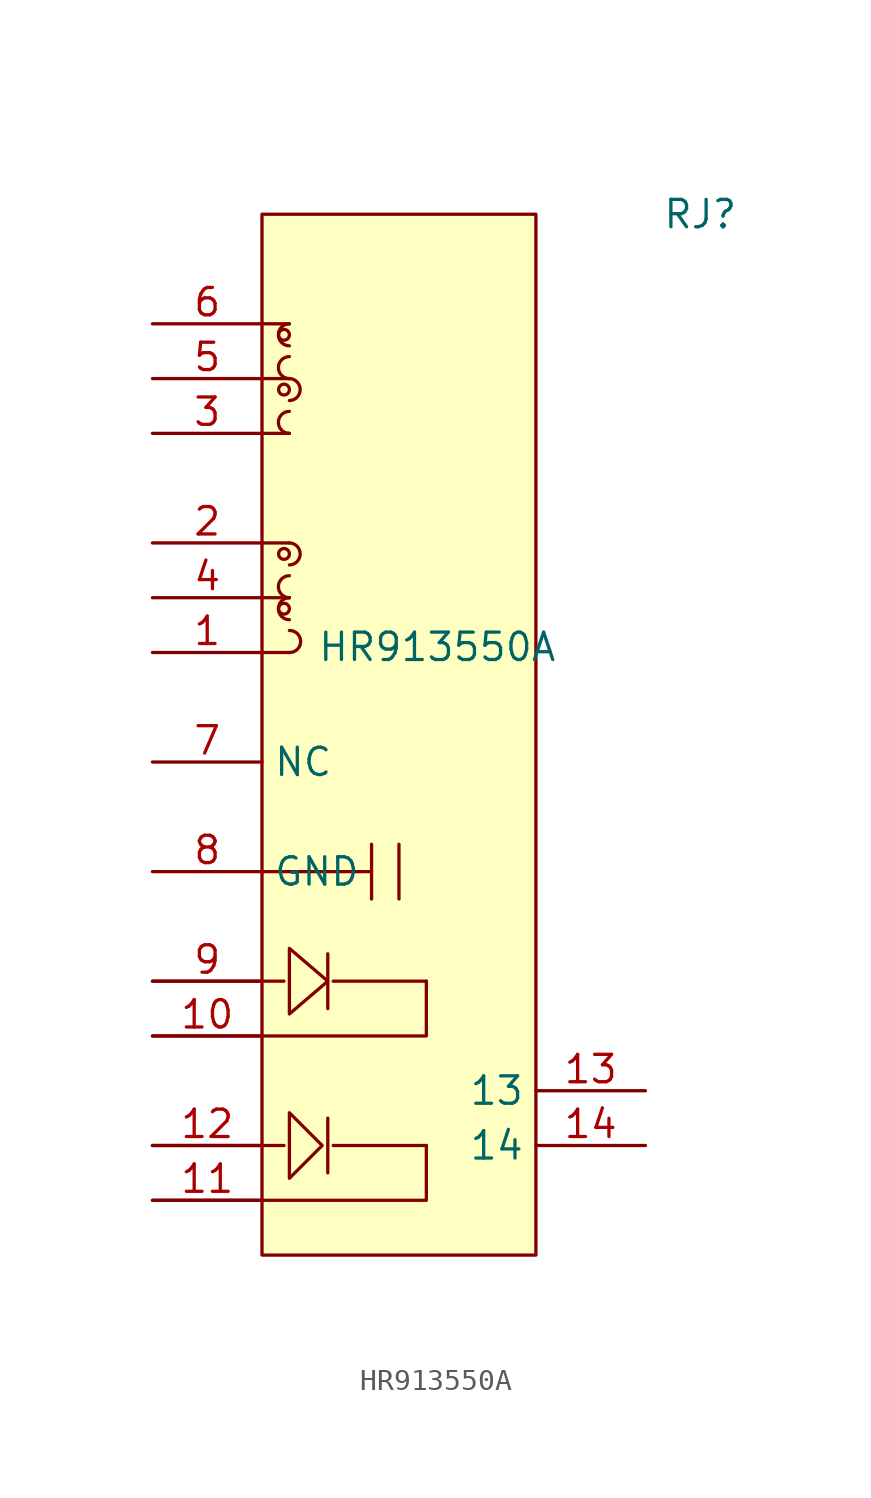
<source format=kicad_sym>
(kicad_symbol_lib
  (version 20241209)
  (generator "kicad_symbol_editor")
  (generator_version "9.0")
  (symbol "HR913550A"
    (property "Reference" "RJ"
      (at 0 24.13 0)
      (effects (font (size 1.27 1.27))))
    (property "Value" "HR913550A"
      (at -12.192 4.064 0)
      (effects (font (size 1.27 1.27))))
    (symbol "HR913550A_0_1"
      (rectangle (start -20.32 24.13) (end -7.62 -24.13) (stroke (width 0) (type default)) (fill (type background)))
      (polyline (pts (xy -20.32 16.51) (xy -19.05 16.51)) (stroke (width 0) (type default)) (fill (type none)))
      (polyline (pts (xy -20.32 6.35) (xy -19.05 6.35)) (stroke (width 0) (type default)) (fill (type none)))
      (circle (center -19.3 18.54) (radius 0.25) (stroke (width 0) (type default)) (fill (type none)))
      (circle (center -19.3 16) (radius 0.25) (stroke (width 0) (type default)) (fill (type none)))
      (circle (center -19.3 8.38) (radius 0.25) (stroke (width 0) (type default)) (fill (type none)))
      (circle (center -19.3 5.84) (radius 0.25) (stroke (width 0) (type default)) (fill (type none)))
      (polyline (pts (xy -19.3 -11.43) (xy -25.4 -11.43)) (stroke (width 0) (type default)) (fill (type none)))
      (polyline (pts (xy -19.3 -19.05) (xy -25.4 -19.05)) (stroke (width 0) (type default)) (fill (type none)))
      (arc (start -19.05 16.51) (mid -18.5495 16) (end -19.05 15.49) (stroke (width 0) (type default)) (fill (type none)))
      (arc (start -19.05 8.89) (mid -18.5495 8.38) (end -19.05 7.87) (stroke (width 0) (type default)) (fill (type none)))
      (polyline (pts (xy -19.05 19.05) (xy -20.32 19.05)) (stroke (width 0) (type default)) (fill (type none)))
      (polyline (pts (xy -19.05 13.97) (xy -20.32 13.97)) (stroke (width 0) (type default)) (fill (type none)))
      (polyline (pts (xy -19.05 8.89) (xy -20.32 8.89)) (stroke (width 0) (type default)) (fill (type none)))
      (polyline (pts (xy -19.05 3.81) (xy -20.32 3.81)) (stroke (width 0) (type default)) (fill (type none)))
      (polyline (pts (xy -19.05 -9.91) (xy -19.05 -12.95) (xy -17.27 -11.43) (xy -19.05 -9.91)) (stroke (width 0) (type default)) (fill (type background)))
      (polyline (pts (xy -19.05 -17.53) (xy -19.05 -20.57) (xy -17.53 -19.05) (xy -19.05 -17.53)) (stroke (width 0) (type default)) (fill (type background)))
      (arc (start -19.05 18.03) (mid -19.51 18.75) (end -19.05 19.05) (stroke (width 0) (type default)) (fill (type none)))
      (arc (start -19.05 16.51) (mid -19.51 17.23) (end -19.05 17.53) (stroke (width 0) (type default)) (fill (type none)))
      (arc (start -19.05 13.97) (mid -19.51 14.69) (end -19.05 14.99) (stroke (width 0) (type default)) (fill (type none)))
      (arc (start -19.05 6.35) (mid -19.51 7.07) (end -19.05 7.37) (stroke (width 0) (type default)) (fill (type none)))
      (arc (start -19.05 5.33) (mid -19.51 6.05) (end -19.05 6.35) (stroke (width 0) (type default)) (fill (type none)))
      (arc (start -19.05 4.83) (mid -18.5297 4.32) (end -19.05 3.81) (stroke (width 0) (type default)) (fill (type none)))
      (polyline (pts (xy -17.27 -10.16) (xy -17.27 -12.7)) (stroke (width 0) (type default)) (fill (type none)))
      (polyline (pts (xy -17.27 -17.78) (xy -17.27 -20.32)) (stroke (width 0) (type default)) (fill (type none)))
      (polyline (pts (xy -17.02 -11.43) (xy -12.7 -11.43)) (stroke (width 0) (type default)) (fill (type none)))
      (polyline (pts (xy -17.02 -19.05) (xy -12.7 -19.05)) (stroke (width 0) (type default)) (fill (type none)))
      (polyline (pts (xy -15.24 -5.08) (xy -15.24 -7.62)) (stroke (width 0) (type default)) (fill (type none)))
      (polyline (pts (xy -15.24 -6.35) (xy -20.32 -6.35)) (stroke (width 0) (type default)) (fill (type none)))
      (polyline (pts (xy -13.97 -5.08) (xy -13.97 -7.62)) (stroke (width 0) (type default)) (fill (type none)))
      (polyline (pts (xy -12.7 -11.43) (xy -12.7 -13.97) (xy -25.4 -13.97)) (stroke (width 0) (type default)) (fill (type none)))
      (polyline (pts (xy -12.7 -19.05) (xy -12.7 -21.59) (xy -25.4 -21.59)) (stroke (width 0) (type default)) (fill (type none)))
      (pin unspecified line (at -25.4 -1.27 0) (length 5.08) (name "NC" (effects (font (size 1.27 1.27)))) (number "7" (effects (font (size 1.27 1.27))))))
    (symbol "HR913550A_1_1"
      (pin input line (at -25.4 19.05 0) (length 5.08) (name "" (effects (font (size 1.27 1.27)))) (number "6" (effects (font (size 1.27 1.27)))))
      (pin input line (at -25.4 16.51 0) (length 5.08) (name "" (effects (font (size 1.27 1.27)))) (number "5" (effects (font (size 1.27 1.27)))))
      (pin input line (at -25.4 13.97 0) (length 5.08) (name "" (effects (font (size 1.27 1.27)))) (number "3" (effects (font (size 1.27 1.27)))))
      (pin input line (at -25.4 8.89 0) (length 5.08) (name "" (effects (font (size 1.27 1.27)))) (number "2" (effects (font (size 1.27 1.27)))))
      (pin input line (at -25.4 6.35 0) (length 5.08) (name "" (effects (font (size 1.27 1.27)))) (number "4" (effects (font (size 1.27 1.27)))))
      (pin input line (at -25.4 3.81 0) (length 5.08) (name "" (effects (font (size 1.27 1.27)))) (number "1" (effects (font (size 1.27 1.27)))))
      (pin passive line (at -25.4 -6.35 0) (length 5.08) (name "GND" (effects (font (size 1.27 1.27)))) (number "8" (effects (font (size 1.27 1.27)))))
      (pin input line (at -25.4 -11.43 0) (length 5.08) (name "" (effects (font (size 1.27 1.27)))) (number "9" (effects (font (size 1.27 1.27)))))
      (pin output line (at -25.4 -13.97 0) (length 5.08) (name "" (effects (font (size 1.27 1.27)))) (number "10" (effects (font (size 1.27 1.27)))))
      (pin input line (at -25.4 -19.05 0) (length 5.08) (name "" (effects (font (size 1.27 1.27)))) (number "12" (effects (font (size 1.27 1.27)))))
      (pin output line (at -25.4 -21.59 0) (length 5.08) (name "" (effects (font (size 1.27 1.27)))) (number "11" (effects (font (size 1.27 1.27)))))
      (pin passive line (at -2.54 -16.51 180) (length 5.08) (name "13" (effects (font (size 1.27 1.27)))) (number "13" (effects (font (size 1.27 1.27)))))
      (pin passive line (at -2.54 -19.05 180) (length 5.08) (name "14" (effects (font (size 1.27 1.27)))) (number "14" (effects (font (size 1.27 1.27))))))))
</source>
